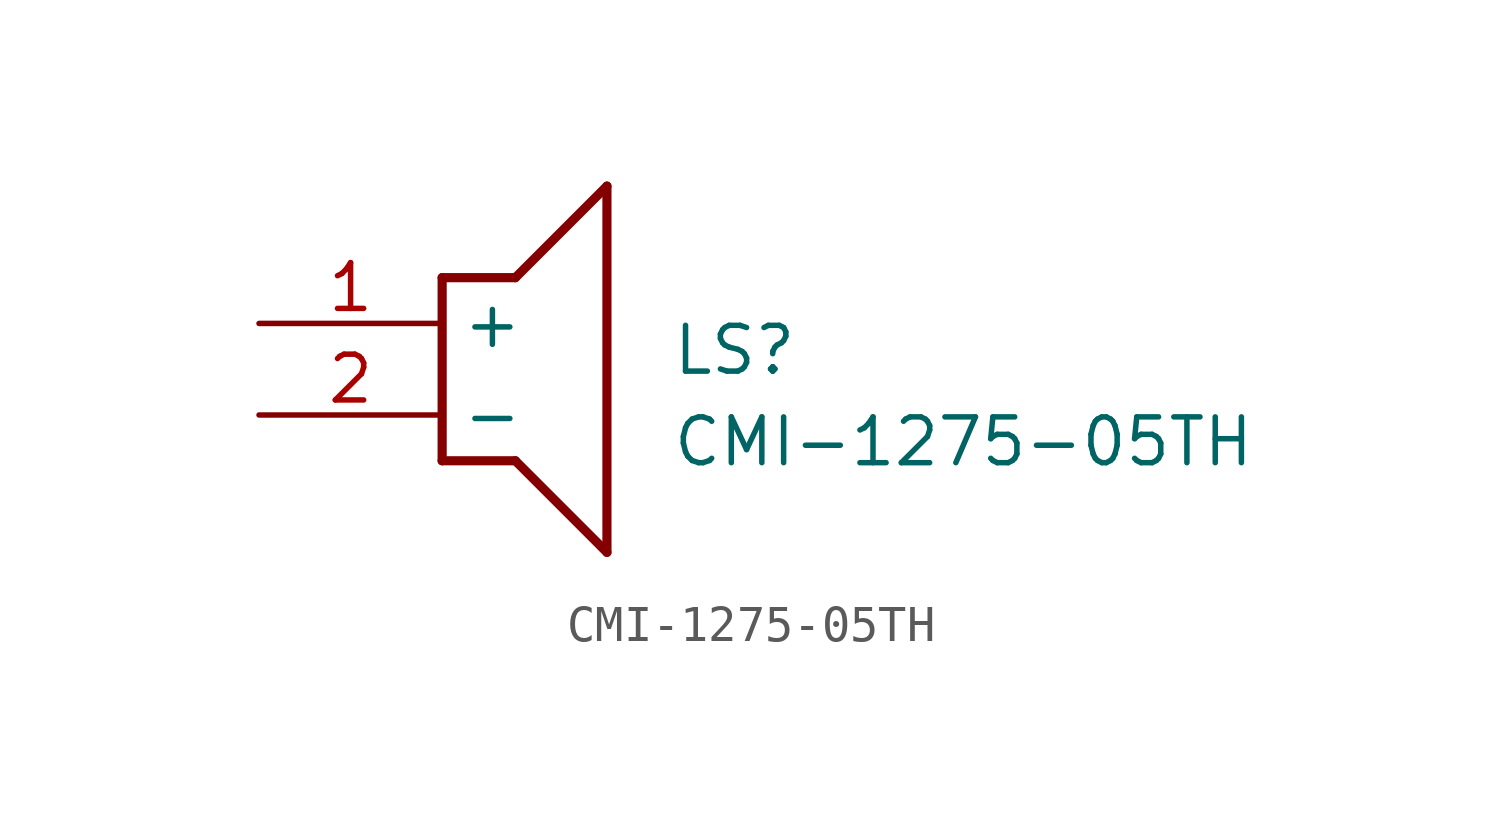
<source format=kicad_sym>
(kicad_symbol_lib
  (version 20211014)
  (generator SamacSys_ECAD_Model)
  (symbol "CMI-1275-05TH"
    (property "Reference" "LS"
      (at 11.43 0 0)
      (effects (font (size 1.27 1.27)) (justify left top)))
    (property "Value" "CMI-1275-05TH"
      (at 11.43 -2.54 0)
      (effects (font (size 1.27 1.27)) (justify left top)))
    (polyline
      (pts (xy 5.08 1.27) (xy 7.112 1.27))
      (stroke (width 0.254) (type default))
      (fill (type none)))
    (polyline
      (pts (xy 9.652 3.81) (xy 7.112 1.27))
      (stroke (width 0.254) (type default))
      (fill (type none)))
    (polyline
      (pts (xy 9.652 3.81) (xy 9.652 -6.35))
      (stroke (width 0.254) (type default))
      (fill (type none)))
    (polyline
      (pts (xy 7.112 -3.81) (xy 9.652 -6.35))
      (stroke (width 0.254) (type default))
      (fill (type none)))
    (polyline
      (pts (xy 7.112 -3.81) (xy 5.08 -3.81))
      (stroke (width 0.254) (type default))
      (fill (type none)))
    (polyline
      (pts (xy 5.08 1.27) (xy 5.08 -3.81))
      (stroke (width 0.254) (type default))
      (fill (type none)))
    (pin passive line
      (at 0 0 0)
      (length 5.08)
      (name "+" (effects (font (size 1.27 1.27))))
      (number "1" (effects (font (size 1.27 1.27)))))
    (pin passive line
      (at 0 -2.54 0)
      (length 5.08)
      (name "-" (effects (font (size 1.27 1.27))))
      (number "2" (effects (font (size 1.27 1.27)))))))
</source>
